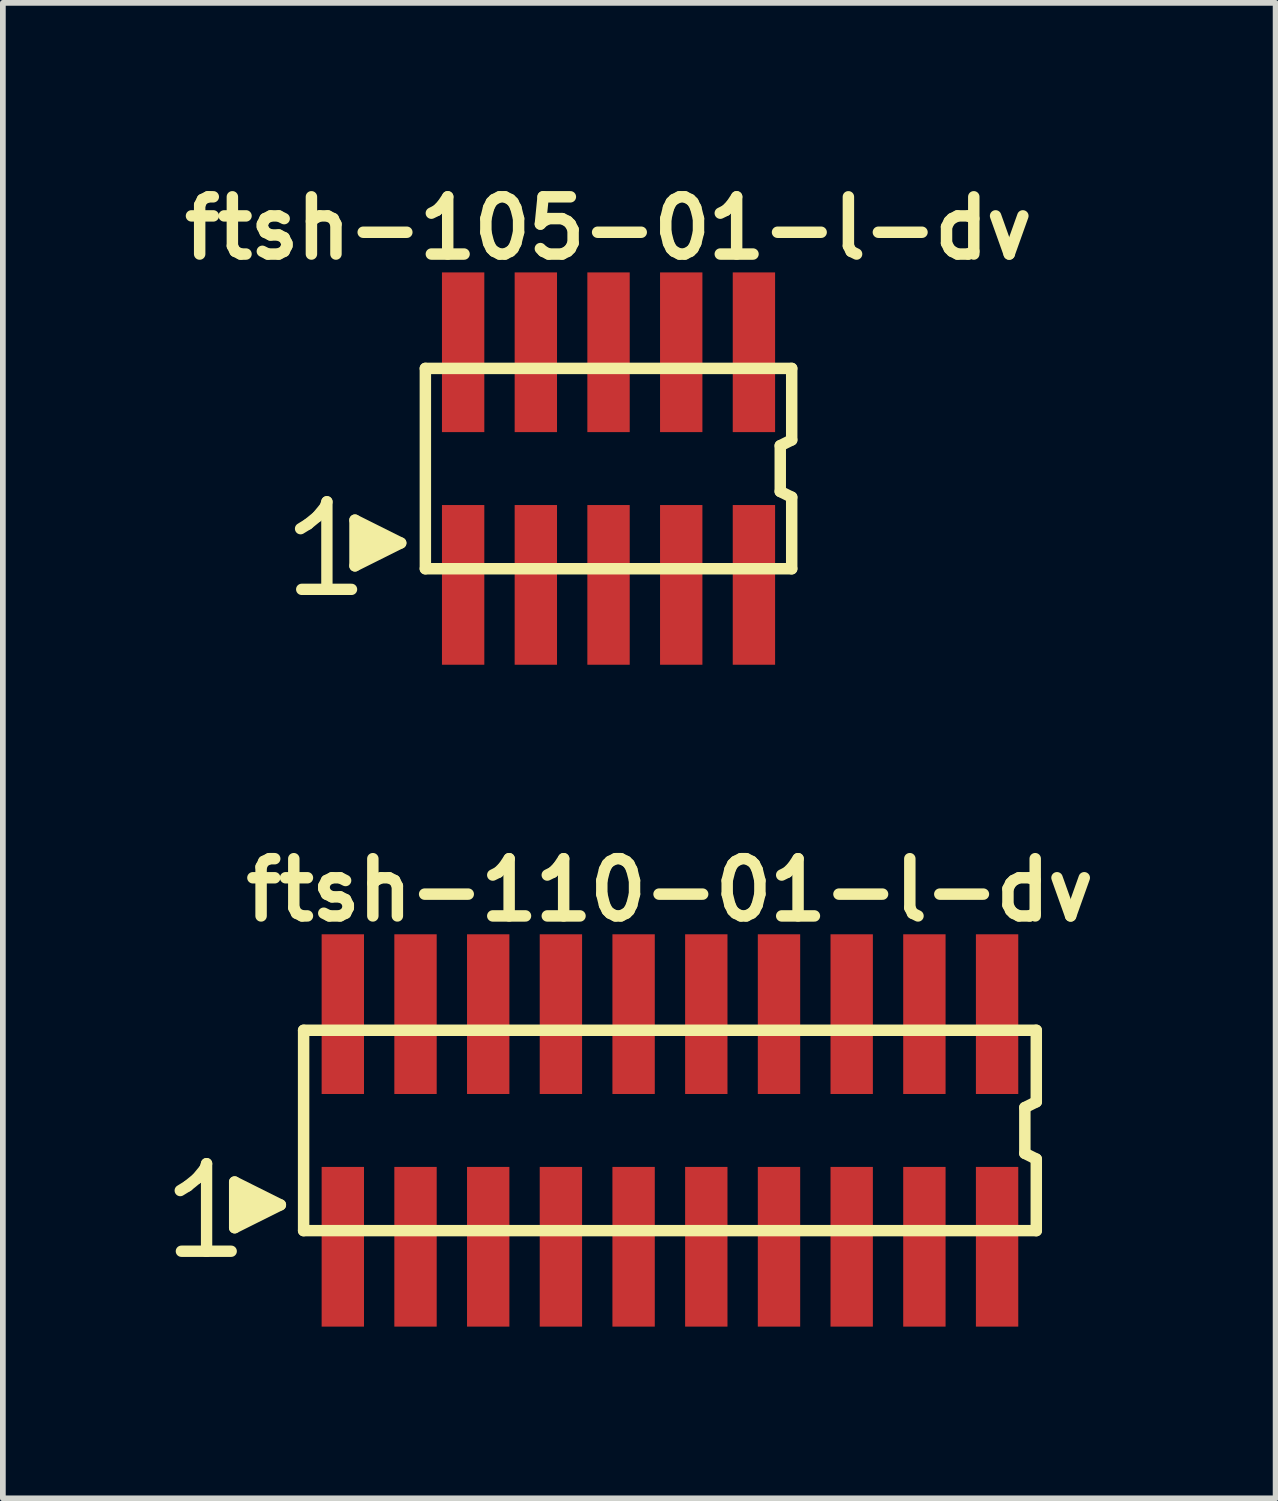
<source format=kicad_pcb>
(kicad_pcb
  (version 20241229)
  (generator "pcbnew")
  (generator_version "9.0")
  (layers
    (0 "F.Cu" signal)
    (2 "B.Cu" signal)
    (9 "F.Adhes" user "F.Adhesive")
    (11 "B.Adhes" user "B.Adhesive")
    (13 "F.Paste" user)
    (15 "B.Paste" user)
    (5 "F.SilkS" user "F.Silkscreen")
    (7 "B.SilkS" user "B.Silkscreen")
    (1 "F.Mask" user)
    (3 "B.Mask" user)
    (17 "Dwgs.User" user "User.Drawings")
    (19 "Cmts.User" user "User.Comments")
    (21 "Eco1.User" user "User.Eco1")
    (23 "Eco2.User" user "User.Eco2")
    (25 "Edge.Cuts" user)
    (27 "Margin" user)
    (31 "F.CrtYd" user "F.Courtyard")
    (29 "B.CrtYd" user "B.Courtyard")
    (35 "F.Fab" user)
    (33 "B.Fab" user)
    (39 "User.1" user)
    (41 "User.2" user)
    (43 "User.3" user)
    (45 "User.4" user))
  (footprint "ftsh-110-01-l-dv"
    (layer "F.Cu")
    (at 8.654 16.699)
    (property "Reference" "ftsh-110-01-l-dv" (at 0 -4.2 0) (layer "F.SilkS") (effects (font (size 1 1) (thickness 0.2))))
    (attr through_hole)
    (fp_line (start -8.555 1.05) (end -8.425 0.97) (stroke (width 0.198) (type solid)) (layer "F.SilkS"))
    (fp_line (start -8.425 0.97) (end -8.265 0.84) (stroke (width 0.198) (type solid)) (layer "F.SilkS"))
    (fp_line (start -8.265 0.84) (end -8.125 0.67) (stroke (width 0.198) (type solid)) (layer "F.SilkS"))
    (fp_line (start -8.125 0.67) (end -8.095 0.58) (stroke (width 0.198) (type solid)) (layer "F.SilkS"))
    (fp_line (start -8.095 0.58) (end -8.095 2.11) (stroke (width 0.198) (type solid)) (layer "F.SilkS"))
    (fp_line (start -8.095 2.11) (end -8.535 2.11) (stroke (width 0.198) (type solid)) (layer "F.SilkS"))
    (fp_line (start -7.665 2.11) (end -8.105 2.11) (stroke (width 0.198) (type solid)) (layer "F.SilkS"))
    (fp_line (start -7.605 0.9) (end -6.805 1.3) (stroke (width 0.198) (type solid)) (layer "F.SilkS"))
    (fp_line (start -7.605 1.7) (end -7.605 0.9) (stroke (width 0.198) (type solid)) (layer "F.SilkS"))
    (fp_line (start -7.505 1.6) (end -7.505 1) (stroke (width 0.198) (type solid)) (layer "F.SilkS"))
    (fp_line (start -7.405 1.1) (end -7.405 1.5) (stroke (width 0.198) (type solid)) (layer "F.SilkS"))
    (fp_line (start -7.305 1.5) (end -7.305 1.1) (stroke (width 0.198) (type solid)) (layer "F.SilkS"))
    (fp_line (start -7.205 1.2) (end -7.205 1.4) (stroke (width 0.198) (type solid)) (layer "F.SilkS"))
    (fp_line (start -7.105 1.4) (end -7.105 1.2) (stroke (width 0.198) (type solid)) (layer "F.SilkS"))
    (fp_line (start -6.805 1.3) (end -7.605 1.7) (stroke (width 0.198) (type solid)) (layer "F.SilkS"))
    (fp_line (start -6.4 -1.75) (end -6.4 1.75) (stroke (width 0.2) (type solid)) (layer "F.SilkS"))
    (fp_line (start -6.4 -1.75) (end 6.4 -1.75) (stroke (width 0.2) (type solid)) (layer "F.SilkS"))
    (fp_line (start -6.4 1.75) (end 6.4 1.75) (stroke (width 0.2) (type solid)) (layer "F.SilkS"))
    (fp_line (start 6.2 -0.4) (end 6.2 0.4) (stroke (width 0.2) (type solid)) (layer "F.SilkS"))
    (fp_line (start 6.2 0.4) (end 6.4 0.5) (stroke (width 0.2) (type solid)) (layer "F.SilkS"))
    (fp_line (start 6.4 -0.5) (end 6.2 -0.4) (stroke (width 0.2) (type solid)) (layer "F.SilkS"))
    (fp_line (start 6.4 -0.5) (end 6.4 -1.75) (stroke (width 0.2) (type solid)) (layer "F.SilkS"))
    (fp_line (start 6.4 0.5) (end 6.4 1.75) (stroke (width 0.2) (type solid)) (layer "F.SilkS"))
    (pad "1" smd rect (at -5.715 2.032) (size 0.74 2.79) (layers "F.Cu" "F.Mask" "F.Paste"))
    (pad "2" smd rect (at -5.715 -2.032) (size 0.74 2.79) (layers "F.Cu" "F.Mask" "F.Paste"))
    (pad "3" smd rect (at -4.445 2.032) (size 0.74 2.79) (layers "F.Cu" "F.Mask" "F.Paste"))
    (pad "4" smd rect (at -4.445 -2.032) (size 0.74 2.79) (layers "F.Cu" "F.Mask" "F.Paste"))
    (pad "5" smd rect (at -3.175 2.032) (size 0.74 2.79) (layers "F.Cu" "F.Mask" "F.Paste"))
    (pad "6" smd rect (at -3.175 -2.032) (size 0.74 2.79) (layers "F.Cu" "F.Mask" "F.Paste"))
    (pad "7" smd rect (at -1.905 2.032) (size 0.74 2.79) (layers "F.Cu" "F.Mask" "F.Paste"))
    (pad "8" smd rect (at -1.905 -2.032) (size 0.74 2.79) (layers "F.Cu" "F.Mask" "F.Paste"))
    (pad "9" smd rect (at -0.635 2.032) (size 0.74 2.79) (layers "F.Cu" "F.Mask" "F.Paste"))
    (pad "10" smd rect (at -0.635 -2.032) (size 0.74 2.79) (layers "F.Cu" "F.Mask" "F.Paste"))
    (pad "11" smd rect (at 0.635 2.032) (size 0.74 2.79) (layers "F.Cu" "F.Mask" "F.Paste"))
    (pad "12" smd rect (at 0.635 -2.032) (size 0.74 2.79) (layers "F.Cu" "F.Mask" "F.Paste"))
    (pad "13" smd rect (at 1.905 2.032) (size 0.74 2.79) (layers "F.Cu" "F.Mask" "F.Paste"))
    (pad "14" smd rect (at 1.905 -2.032) (size 0.74 2.79) (layers "F.Cu" "F.Mask" "F.Paste"))
    (pad "15" smd rect (at 3.175 2.032) (size 0.74 2.79) (layers "F.Cu" "F.Mask" "F.Paste"))
    (pad "16" smd rect (at 3.175 -2.032) (size 0.74 2.79) (layers "F.Cu" "F.Mask" "F.Paste"))
    (pad "17" smd rect (at 4.445 2.032) (size 0.74 2.79) (layers "F.Cu" "F.Mask" "F.Paste"))
    (pad "18" smd rect (at 4.445 -2.032) (size 0.74 2.79) (layers "F.Cu" "F.Mask" "F.Paste"))
    (pad "19" smd rect (at 5.715 2.032) (size 0.74 2.79) (layers "F.Cu" "F.Mask" "F.Paste"))
    (pad "20" smd rect (at 5.715 -2.032) (size 0.74 2.79) (layers "F.Cu" "F.Mask" "F.Paste")))
  (footprint "ftsh-105-01-l-dv"
    (layer "F.Cu")
    (at 7.581 5.136)
    (property "Reference" "ftsh-105-01-l-dv" (at 0 -4.2 0) (layer "F.SilkS") (effects (font (size 1 1) (thickness 0.2))))
    (attr through_hole)
    (fp_line (start -5.38 1.05) (end -5.25 0.97) (stroke (width 0.198) (type solid)) (layer "F.SilkS"))
    (fp_line (start -5.25 0.97) (end -5.09 0.84) (stroke (width 0.198) (type solid)) (layer "F.SilkS"))
    (fp_line (start -5.09 0.84) (end -4.95 0.67) (stroke (width 0.198) (type solid)) (layer "F.SilkS"))
    (fp_line (start -4.95 0.67) (end -4.92 0.58) (stroke (width 0.198) (type solid)) (layer "F.SilkS"))
    (fp_line (start -4.92 0.58) (end -4.92 2.11) (stroke (width 0.198) (type solid)) (layer "F.SilkS"))
    (fp_line (start -4.92 2.11) (end -5.36 2.11) (stroke (width 0.198) (type solid)) (layer "F.SilkS"))
    (fp_line (start -4.49 2.11) (end -4.93 2.11) (stroke (width 0.198) (type solid)) (layer "F.SilkS"))
    (fp_line (start -4.43 0.9) (end -3.63 1.3) (stroke (width 0.198) (type solid)) (layer "F.SilkS"))
    (fp_line (start -4.43 1.7) (end -4.43 0.9) (stroke (width 0.198) (type solid)) (layer "F.SilkS"))
    (fp_line (start -4.33 1.6) (end -4.33 1) (stroke (width 0.198) (type solid)) (layer "F.SilkS"))
    (fp_line (start -4.23 1.1) (end -4.23 1.5) (stroke (width 0.198) (type solid)) (layer "F.SilkS"))
    (fp_line (start -4.13 1.5) (end -4.13 1.1) (stroke (width 0.198) (type solid)) (layer "F.SilkS"))
    (fp_line (start -4.03 1.2) (end -4.03 1.4) (stroke (width 0.198) (type solid)) (layer "F.SilkS"))
    (fp_line (start -3.93 1.4) (end -3.93 1.2) (stroke (width 0.198) (type solid)) (layer "F.SilkS"))
    (fp_line (start -3.63 1.3) (end -4.43 1.7) (stroke (width 0.198) (type solid)) (layer "F.SilkS"))
    (fp_line (start -3.2 -1.75) (end -3.2 1.75) (stroke (width 0.2) (type solid)) (layer "F.SilkS"))
    (fp_line (start -3.2 -1.75) (end 3.2 -1.75) (stroke (width 0.2) (type solid)) (layer "F.SilkS"))
    (fp_line (start -3.2 1.75) (end 3.2 1.75) (stroke (width 0.2) (type solid)) (layer "F.SilkS"))
    (fp_line (start 3 -0.4) (end 3 0.4) (stroke (width 0.2) (type solid)) (layer "F.SilkS"))
    (fp_line (start 3 -0.4) (end 3.2 -0.5) (stroke (width 0.2) (type solid)) (layer "F.SilkS"))
    (fp_line (start 3 0.4) (end 3.2 0.5) (stroke (width 0.2) (type solid)) (layer "F.SilkS"))
    (fp_line (start 3.2 -0.5) (end 3.2 -1.75) (stroke (width 0.2) (type solid)) (layer "F.SilkS"))
    (fp_line (start 3.2 0.5) (end 3.2 1.75) (stroke (width 0.2) (type solid)) (layer "F.SilkS"))
    (pad "1" smd rect (at -2.54 2.032) (size 0.74 2.79) (layers "F.Cu" "F.Mask" "F.Paste"))
    (pad "2" smd rect (at -2.54 -2.032) (size 0.74 2.79) (layers "F.Cu" "F.Mask" "F.Paste"))
    (pad "3" smd rect (at -1.27 2.032) (size 0.74 2.79) (layers "F.Cu" "F.Mask" "F.Paste"))
    (pad "4" smd rect (at -1.27 -2.032) (size 0.74 2.79) (layers "F.Cu" "F.Mask" "F.Paste"))
    (pad "5" smd rect (at 0 2.032) (size 0.74 2.79) (layers "F.Cu" "F.Mask" "F.Paste"))
    (pad "6" smd rect (at 0 -2.032) (size 0.74 2.79) (layers "F.Cu" "F.Mask" "F.Paste"))
    (pad "7" smd rect (at 1.27 2.032) (size 0.74 2.79) (layers "F.Cu" "F.Mask" "F.Paste"))
    (pad "8" smd rect (at 1.27 -2.032) (size 0.74 2.79) (layers "F.Cu" "F.Mask" "F.Paste"))
    (pad "9" smd rect (at 2.54 2.032) (size 0.74 2.79) (layers "F.Cu" "F.Mask" "F.Paste"))
    (pad "10" smd rect (at 2.54 -2.032) (size 0.74 2.79) (layers "F.Cu" "F.Mask" "F.Paste")))
  (gr_rect
    (start -3 -3)
    (end 19.235 23.126)
    (stroke (width 0.1) (type default))
    (fill no)
    (layer "Edge.Cuts")))
</source>
